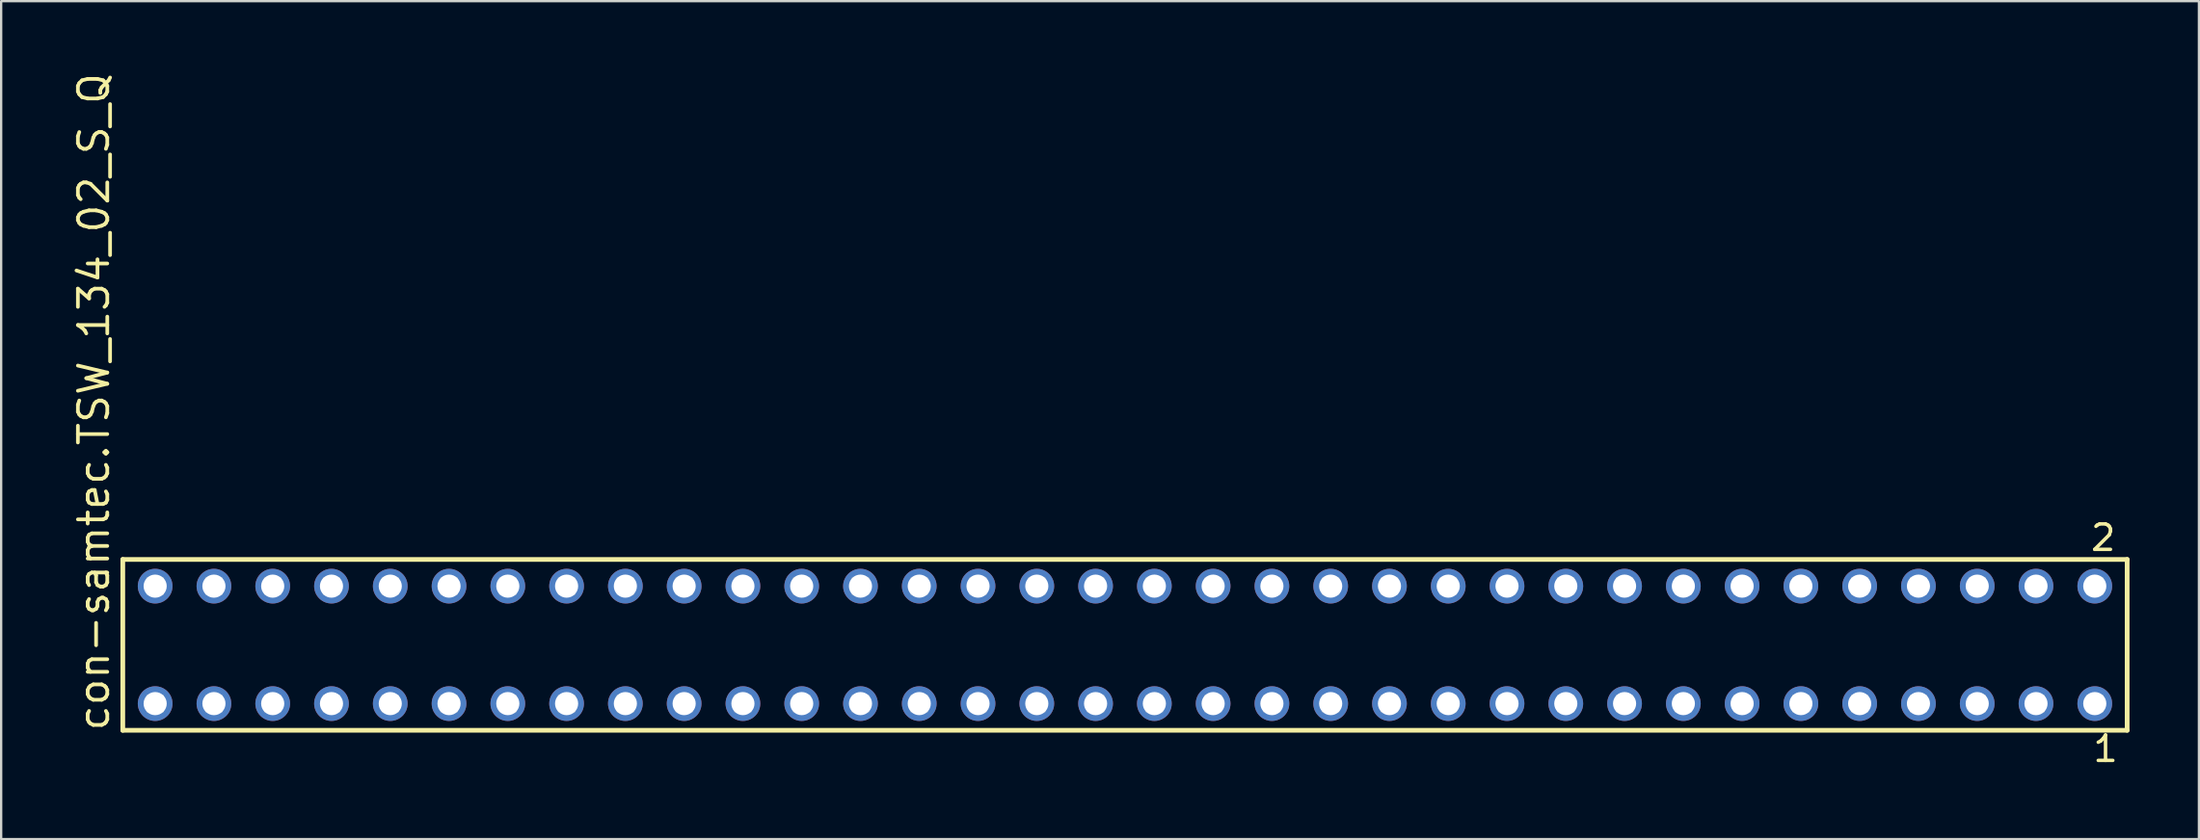
<source format=kicad_pcb>
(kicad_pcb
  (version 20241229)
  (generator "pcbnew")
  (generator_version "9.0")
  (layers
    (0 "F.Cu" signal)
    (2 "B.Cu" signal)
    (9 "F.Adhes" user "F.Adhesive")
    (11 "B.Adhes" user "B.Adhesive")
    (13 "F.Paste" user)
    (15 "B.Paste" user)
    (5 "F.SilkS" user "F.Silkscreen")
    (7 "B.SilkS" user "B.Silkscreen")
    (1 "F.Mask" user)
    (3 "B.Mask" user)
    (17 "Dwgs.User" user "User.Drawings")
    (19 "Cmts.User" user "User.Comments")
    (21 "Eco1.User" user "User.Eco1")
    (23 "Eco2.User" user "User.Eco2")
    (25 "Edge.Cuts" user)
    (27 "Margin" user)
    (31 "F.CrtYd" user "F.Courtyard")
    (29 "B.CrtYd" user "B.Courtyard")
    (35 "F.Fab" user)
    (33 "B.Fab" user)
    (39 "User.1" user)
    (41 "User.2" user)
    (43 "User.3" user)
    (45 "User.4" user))
  (footprint "con-samtec.TSW_134_02_S_Q"
    (layer "F.Cu")
    (at 45.565 24.84)
    (property "Reference" "con-samtec.TSW_134_02_S_Q" (at -43.815 3.81 90) (layer "F.SilkS") (effects (font (size 1.27 1.27) (thickness 0.16)) (justify left bottom)))
    (attr through_hole)
    (fp_line (start -43.309 -3.695) (end 43.309 -3.695) (stroke (width 0.203) (type default)) (layer "F.SilkS"))
    (fp_line (start -43.309 3.695) (end -43.309 -3.695) (stroke (width 0.203) (type default)) (layer "F.SilkS"))
    (fp_line (start 43.309 -3.695) (end 43.309 3.695) (stroke (width 0.203) (type default)) (layer "F.SilkS"))
    (fp_line (start 43.309 3.695) (end -43.309 3.695) (stroke (width 0.203) (type default)) (layer "F.SilkS"))
    (fp_rect (start -42.26 -2.19) (end -41.56 -2.89) (stroke (width 0.05) (type default)) (fill no) (layer "F.Fab"))
    (fp_rect (start -42.26 2.89) (end -41.56 2.19) (stroke (width 0.05) (type default)) (fill no) (layer "F.Fab"))
    (fp_rect (start -39.72 -2.19) (end -39.02 -2.89) (stroke (width 0.05) (type default)) (fill no) (layer "F.Fab"))
    (fp_rect (start -39.72 2.89) (end -39.02 2.19) (stroke (width 0.05) (type default)) (fill no) (layer "F.Fab"))
    (fp_rect (start -37.18 -2.19) (end -36.48 -2.89) (stroke (width 0.05) (type default)) (fill no) (layer "F.Fab"))
    (fp_rect (start -37.18 2.89) (end -36.48 2.19) (stroke (width 0.05) (type default)) (fill no) (layer "F.Fab"))
    (fp_rect (start -34.64 -2.19) (end -33.94 -2.89) (stroke (width 0.05) (type default)) (fill no) (layer "F.Fab"))
    (fp_rect (start -34.64 2.89) (end -33.94 2.19) (stroke (width 0.05) (type default)) (fill no) (layer "F.Fab"))
    (fp_rect (start -32.1 -2.19) (end -31.4 -2.89) (stroke (width 0.05) (type default)) (fill no) (layer "F.Fab"))
    (fp_rect (start -32.1 2.89) (end -31.4 2.19) (stroke (width 0.05) (type default)) (fill no) (layer "F.Fab"))
    (fp_rect (start -29.56 -2.19) (end -28.86 -2.89) (stroke (width 0.05) (type default)) (fill no) (layer "F.Fab"))
    (fp_rect (start -29.56 2.89) (end -28.86 2.19) (stroke (width 0.05) (type default)) (fill no) (layer "F.Fab"))
    (fp_rect (start -27.02 -2.19) (end -26.32 -2.89) (stroke (width 0.05) (type default)) (fill no) (layer "F.Fab"))
    (fp_rect (start -27.02 2.89) (end -26.32 2.19) (stroke (width 0.05) (type default)) (fill no) (layer "F.Fab"))
    (fp_rect (start -24.48 -2.19) (end -23.78 -2.89) (stroke (width 0.05) (type default)) (fill no) (layer "F.Fab"))
    (fp_rect (start -24.48 2.89) (end -23.78 2.19) (stroke (width 0.05) (type default)) (fill no) (layer "F.Fab"))
    (fp_rect (start -21.94 -2.19) (end -21.24 -2.89) (stroke (width 0.05) (type default)) (fill no) (layer "F.Fab"))
    (fp_rect (start -21.94 2.89) (end -21.24 2.19) (stroke (width 0.05) (type default)) (fill no) (layer "F.Fab"))
    (fp_rect (start -19.4 -2.19) (end -18.7 -2.89) (stroke (width 0.05) (type default)) (fill no) (layer "F.Fab"))
    (fp_rect (start -19.4 2.89) (end -18.7 2.19) (stroke (width 0.05) (type default)) (fill no) (layer "F.Fab"))
    (fp_rect (start -16.86 -2.19) (end -16.16 -2.89) (stroke (width 0.05) (type default)) (fill no) (layer "F.Fab"))
    (fp_rect (start -16.86 2.89) (end -16.16 2.19) (stroke (width 0.05) (type default)) (fill no) (layer "F.Fab"))
    (fp_rect (start -14.32 -2.19) (end -13.62 -2.89) (stroke (width 0.05) (type default)) (fill no) (layer "F.Fab"))
    (fp_rect (start -14.32 2.89) (end -13.62 2.19) (stroke (width 0.05) (type default)) (fill no) (layer "F.Fab"))
    (fp_rect (start -11.78 -2.19) (end -11.08 -2.89) (stroke (width 0.05) (type default)) (fill no) (layer "F.Fab"))
    (fp_rect (start -11.78 2.89) (end -11.08 2.19) (stroke (width 0.05) (type default)) (fill no) (layer "F.Fab"))
    (fp_rect (start -9.24 -2.19) (end -8.54 -2.89) (stroke (width 0.05) (type default)) (fill no) (layer "F.Fab"))
    (fp_rect (start -9.24 2.89) (end -8.54 2.19) (stroke (width 0.05) (type default)) (fill no) (layer "F.Fab"))
    (fp_rect (start -6.7 -2.19) (end -6 -2.89) (stroke (width 0.05) (type default)) (fill no) (layer "F.Fab"))
    (fp_rect (start -6.7 2.89) (end -6 2.19) (stroke (width 0.05) (type default)) (fill no) (layer "F.Fab"))
    (fp_rect (start -4.16 -2.19) (end -3.46 -2.89) (stroke (width 0.05) (type default)) (fill no) (layer "F.Fab"))
    (fp_rect (start -4.16 2.89) (end -3.46 2.19) (stroke (width 0.05) (type default)) (fill no) (layer "F.Fab"))
    (fp_rect (start -1.62 -2.19) (end -0.92 -2.89) (stroke (width 0.05) (type default)) (fill no) (layer "F.Fab"))
    (fp_rect (start -1.62 2.89) (end -0.92 2.19) (stroke (width 0.05) (type default)) (fill no) (layer "F.Fab"))
    (fp_rect (start 0.92 -2.19) (end 1.62 -2.89) (stroke (width 0.05) (type default)) (fill no) (layer "F.Fab"))
    (fp_rect (start 0.92 2.89) (end 1.62 2.19) (stroke (width 0.05) (type default)) (fill no) (layer "F.Fab"))
    (fp_rect (start 3.46 -2.19) (end 4.16 -2.89) (stroke (width 0.05) (type default)) (fill no) (layer "F.Fab"))
    (fp_rect (start 3.46 2.89) (end 4.16 2.19) (stroke (width 0.05) (type default)) (fill no) (layer "F.Fab"))
    (fp_rect (start 6 -2.19) (end 6.7 -2.89) (stroke (width 0.05) (type default)) (fill no) (layer "F.Fab"))
    (fp_rect (start 6 2.89) (end 6.7 2.19) (stroke (width 0.05) (type default)) (fill no) (layer "F.Fab"))
    (fp_rect (start 8.54 -2.19) (end 9.24 -2.89) (stroke (width 0.05) (type default)) (fill no) (layer "F.Fab"))
    (fp_rect (start 8.54 2.89) (end 9.24 2.19) (stroke (width 0.05) (type default)) (fill no) (layer "F.Fab"))
    (fp_rect (start 11.08 -2.19) (end 11.78 -2.89) (stroke (width 0.05) (type default)) (fill no) (layer "F.Fab"))
    (fp_rect (start 11.08 2.89) (end 11.78 2.19) (stroke (width 0.05) (type default)) (fill no) (layer "F.Fab"))
    (fp_rect (start 13.62 -2.19) (end 14.32 -2.89) (stroke (width 0.05) (type default)) (fill no) (layer "F.Fab"))
    (fp_rect (start 13.62 2.89) (end 14.32 2.19) (stroke (width 0.05) (type default)) (fill no) (layer "F.Fab"))
    (fp_rect (start 16.16 -2.19) (end 16.86 -2.89) (stroke (width 0.05) (type default)) (fill no) (layer "F.Fab"))
    (fp_rect (start 16.16 2.89) (end 16.86 2.19) (stroke (width 0.05) (type default)) (fill no) (layer "F.Fab"))
    (fp_rect (start 18.7 -2.19) (end 19.4 -2.89) (stroke (width 0.05) (type default)) (fill no) (layer "F.Fab"))
    (fp_rect (start 18.7 2.89) (end 19.4 2.19) (stroke (width 0.05) (type default)) (fill no) (layer "F.Fab"))
    (fp_rect (start 21.24 -2.19) (end 21.94 -2.89) (stroke (width 0.05) (type default)) (fill no) (layer "F.Fab"))
    (fp_rect (start 21.24 2.89) (end 21.94 2.19) (stroke (width 0.05) (type default)) (fill no) (layer "F.Fab"))
    (fp_rect (start 23.78 -2.19) (end 24.48 -2.89) (stroke (width 0.05) (type default)) (fill no) (layer "F.Fab"))
    (fp_rect (start 23.78 2.89) (end 24.48 2.19) (stroke (width 0.05) (type default)) (fill no) (layer "F.Fab"))
    (fp_rect (start 26.32 -2.19) (end 27.02 -2.89) (stroke (width 0.05) (type default)) (fill no) (layer "F.Fab"))
    (fp_rect (start 26.32 2.89) (end 27.02 2.19) (stroke (width 0.05) (type default)) (fill no) (layer "F.Fab"))
    (fp_rect (start 28.86 -2.19) (end 29.56 -2.89) (stroke (width 0.05) (type default)) (fill no) (layer "F.Fab"))
    (fp_rect (start 28.86 2.89) (end 29.56 2.19) (stroke (width 0.05) (type default)) (fill no) (layer "F.Fab"))
    (fp_rect (start 31.4 -2.19) (end 32.1 -2.89) (stroke (width 0.05) (type default)) (fill no) (layer "F.Fab"))
    (fp_rect (start 31.4 2.89) (end 32.1 2.19) (stroke (width 0.05) (type default)) (fill no) (layer "F.Fab"))
    (fp_rect (start 33.94 -2.19) (end 34.64 -2.89) (stroke (width 0.05) (type default)) (fill no) (layer "F.Fab"))
    (fp_rect (start 33.94 2.89) (end 34.64 2.19) (stroke (width 0.05) (type default)) (fill no) (layer "F.Fab"))
    (fp_rect (start 36.48 -2.19) (end 37.18 -2.89) (stroke (width 0.05) (type default)) (fill no) (layer "F.Fab"))
    (fp_rect (start 36.48 2.89) (end 37.18 2.19) (stroke (width 0.05) (type default)) (fill no) (layer "F.Fab"))
    (fp_rect (start 39.02 -2.19) (end 39.72 -2.89) (stroke (width 0.05) (type default)) (fill no) (layer "F.Fab"))
    (fp_rect (start 39.02 2.89) (end 39.72 2.19) (stroke (width 0.05) (type default)) (fill no) (layer "F.Fab"))
    (fp_rect (start 41.56 -2.19) (end 42.26 -2.89) (stroke (width 0.05) (type default)) (fill no) (layer "F.Fab"))
    (fp_rect (start 41.56 2.89) (end 42.26 2.19) (stroke (width 0.05) (type default)) (fill no) (layer "F.Fab"))
    (fp_text user "1" (at 41.752 5.138 0) (layer "F.SilkS") (effects (font (size 1.1 1.1) (thickness 0.15)) (justify left bottom)))
    (fp_text user "2" (at 41.652 -3.989 0) (layer "F.SilkS") (effects (font (size 1.1 1.1) (thickness 0.15)) (justify left bottom)))
    (pad "1" thru_hole circle (at 41.91 2.54 180) (size 1.5 1.5) (drill 1) (layers "*.Cu" "*.Mask"))
    (pad "2" thru_hole circle (at 41.91 -2.54 180) (size 1.5 1.5) (drill 1) (layers "*.Cu" "*.Mask"))
    (pad "3" thru_hole circle (at 39.37 2.54 180) (size 1.5 1.5) (drill 1) (layers "*.Cu" "*.Mask"))
    (pad "4" thru_hole circle (at 39.37 -2.54 180) (size 1.5 1.5) (drill 1) (layers "*.Cu" "*.Mask"))
    (pad "5" thru_hole circle (at 36.83 2.54 180) (size 1.5 1.5) (drill 1) (layers "*.Cu" "*.Mask"))
    (pad "6" thru_hole circle (at 36.83 -2.54 180) (size 1.5 1.5) (drill 1) (layers "*.Cu" "*.Mask"))
    (pad "7" thru_hole circle (at 34.29 2.54 180) (size 1.5 1.5) (drill 1) (layers "*.Cu" "*.Mask"))
    (pad "8" thru_hole circle (at 34.29 -2.54 180) (size 1.5 1.5) (drill 1) (layers "*.Cu" "*.Mask"))
    (pad "9" thru_hole circle (at 31.75 2.54 180) (size 1.5 1.5) (drill 1) (layers "*.Cu" "*.Mask"))
    (pad "10" thru_hole circle (at 31.75 -2.54 180) (size 1.5 1.5) (drill 1) (layers "*.Cu" "*.Mask"))
    (pad "11" thru_hole circle (at 29.21 2.54 180) (size 1.5 1.5) (drill 1) (layers "*.Cu" "*.Mask"))
    (pad "12" thru_hole circle (at 29.21 -2.54 180) (size 1.5 1.5) (drill 1) (layers "*.Cu" "*.Mask"))
    (pad "13" thru_hole circle (at 26.67 2.54 180) (size 1.5 1.5) (drill 1) (layers "*.Cu" "*.Mask"))
    (pad "14" thru_hole circle (at 26.67 -2.54 180) (size 1.5 1.5) (drill 1) (layers "*.Cu" "*.Mask"))
    (pad "15" thru_hole circle (at 24.13 2.54 180) (size 1.5 1.5) (drill 1) (layers "*.Cu" "*.Mask"))
    (pad "16" thru_hole circle (at 24.13 -2.54 180) (size 1.5 1.5) (drill 1) (layers "*.Cu" "*.Mask"))
    (pad "17" thru_hole circle (at 21.59 2.54 180) (size 1.5 1.5) (drill 1) (layers "*.Cu" "*.Mask"))
    (pad "18" thru_hole circle (at 21.59 -2.54 180) (size 1.5 1.5) (drill 1) (layers "*.Cu" "*.Mask"))
    (pad "19" thru_hole circle (at 19.05 2.54 180) (size 1.5 1.5) (drill 1) (layers "*.Cu" "*.Mask"))
    (pad "20" thru_hole circle (at 19.05 -2.54 180) (size 1.5 1.5) (drill 1) (layers "*.Cu" "*.Mask"))
    (pad "21" thru_hole circle (at 16.51 2.54 180) (size 1.5 1.5) (drill 1) (layers "*.Cu" "*.Mask"))
    (pad "22" thru_hole circle (at 16.51 -2.54 180) (size 1.5 1.5) (drill 1) (layers "*.Cu" "*.Mask"))
    (pad "23" thru_hole circle (at 13.97 2.54 180) (size 1.5 1.5) (drill 1) (layers "*.Cu" "*.Mask"))
    (pad "24" thru_hole circle (at 13.97 -2.54 180) (size 1.5 1.5) (drill 1) (layers "*.Cu" "*.Mask"))
    (pad "25" thru_hole circle (at 11.43 2.54 180) (size 1.5 1.5) (drill 1) (layers "*.Cu" "*.Mask"))
    (pad "26" thru_hole circle (at 11.43 -2.54 180) (size 1.5 1.5) (drill 1) (layers "*.Cu" "*.Mask"))
    (pad "27" thru_hole circle (at 8.89 2.54 180) (size 1.5 1.5) (drill 1) (layers "*.Cu" "*.Mask"))
    (pad "28" thru_hole circle (at 8.89 -2.54 180) (size 1.5 1.5) (drill 1) (layers "*.Cu" "*.Mask"))
    (pad "29" thru_hole circle (at 6.35 2.54 180) (size 1.5 1.5) (drill 1) (layers "*.Cu" "*.Mask"))
    (pad "30" thru_hole circle (at 6.35 -2.54 180) (size 1.5 1.5) (drill 1) (layers "*.Cu" "*.Mask"))
    (pad "31" thru_hole circle (at 3.81 2.54 180) (size 1.5 1.5) (drill 1) (layers "*.Cu" "*.Mask"))
    (pad "32" thru_hole circle (at 3.81 -2.54 180) (size 1.5 1.5) (drill 1) (layers "*.Cu" "*.Mask"))
    (pad "33" thru_hole circle (at 1.27 2.54 180) (size 1.5 1.5) (drill 1) (layers "*.Cu" "*.Mask"))
    (pad "34" thru_hole circle (at 1.27 -2.54 180) (size 1.5 1.5) (drill 1) (layers "*.Cu" "*.Mask"))
    (pad "35" thru_hole circle (at -1.27 2.54 180) (size 1.5 1.5) (drill 1) (layers "*.Cu" "*.Mask"))
    (pad "36" thru_hole circle (at -1.27 -2.54 180) (size 1.5 1.5) (drill 1) (layers "*.Cu" "*.Mask"))
    (pad "37" thru_hole circle (at -3.81 2.54 180) (size 1.5 1.5) (drill 1) (layers "*.Cu" "*.Mask"))
    (pad "38" thru_hole circle (at -3.81 -2.54 180) (size 1.5 1.5) (drill 1) (layers "*.Cu" "*.Mask"))
    (pad "39" thru_hole circle (at -6.35 2.54 180) (size 1.5 1.5) (drill 1) (layers "*.Cu" "*.Mask"))
    (pad "40" thru_hole circle (at -6.35 -2.54 180) (size 1.5 1.5) (drill 1) (layers "*.Cu" "*.Mask"))
    (pad "41" thru_hole circle (at -8.89 2.54 180) (size 1.5 1.5) (drill 1) (layers "*.Cu" "*.Mask"))
    (pad "42" thru_hole circle (at -8.89 -2.54 180) (size 1.5 1.5) (drill 1) (layers "*.Cu" "*.Mask"))
    (pad "43" thru_hole circle (at -11.43 2.54 180) (size 1.5 1.5) (drill 1) (layers "*.Cu" "*.Mask"))
    (pad "44" thru_hole circle (at -11.43 -2.54 180) (size 1.5 1.5) (drill 1) (layers "*.Cu" "*.Mask"))
    (pad "45" thru_hole circle (at -13.97 2.54 180) (size 1.5 1.5) (drill 1) (layers "*.Cu" "*.Mask"))
    (pad "46" thru_hole circle (at -13.97 -2.54 180) (size 1.5 1.5) (drill 1) (layers "*.Cu" "*.Mask"))
    (pad "47" thru_hole circle (at -16.51 2.54 180) (size 1.5 1.5) (drill 1) (layers "*.Cu" "*.Mask"))
    (pad "48" thru_hole circle (at -16.51 -2.54 180) (size 1.5 1.5) (drill 1) (layers "*.Cu" "*.Mask"))
    (pad "49" thru_hole circle (at -19.05 2.54 180) (size 1.5 1.5) (drill 1) (layers "*.Cu" "*.Mask"))
    (pad "50" thru_hole circle (at -19.05 -2.54 180) (size 1.5 1.5) (drill 1) (layers "*.Cu" "*.Mask"))
    (pad "51" thru_hole circle (at -21.59 2.54 180) (size 1.5 1.5) (drill 1) (layers "*.Cu" "*.Mask"))
    (pad "52" thru_hole circle (at -21.59 -2.54 180) (size 1.5 1.5) (drill 1) (layers "*.Cu" "*.Mask"))
    (pad "53" thru_hole circle (at -24.13 2.54 180) (size 1.5 1.5) (drill 1) (layers "*.Cu" "*.Mask"))
    (pad "54" thru_hole circle (at -24.13 -2.54 180) (size 1.5 1.5) (drill 1) (layers "*.Cu" "*.Mask"))
    (pad "55" thru_hole circle (at -26.67 2.54 180) (size 1.5 1.5) (drill 1) (layers "*.Cu" "*.Mask"))
    (pad "56" thru_hole circle (at -26.67 -2.54 180) (size 1.5 1.5) (drill 1) (layers "*.Cu" "*.Mask"))
    (pad "57" thru_hole circle (at -29.21 2.54 180) (size 1.5 1.5) (drill 1) (layers "*.Cu" "*.Mask"))
    (pad "58" thru_hole circle (at -29.21 -2.54 180) (size 1.5 1.5) (drill 1) (layers "*.Cu" "*.Mask"))
    (pad "59" thru_hole circle (at -31.75 2.54 180) (size 1.5 1.5) (drill 1) (layers "*.Cu" "*.Mask"))
    (pad "60" thru_hole circle (at -31.75 -2.54 180) (size 1.5 1.5) (drill 1) (layers "*.Cu" "*.Mask"))
    (pad "61" thru_hole circle (at -34.29 2.54 180) (size 1.5 1.5) (drill 1) (layers "*.Cu" "*.Mask"))
    (pad "62" thru_hole circle (at -34.29 -2.54 180) (size 1.5 1.5) (drill 1) (layers "*.Cu" "*.Mask"))
    (pad "63" thru_hole circle (at -36.83 2.54 180) (size 1.5 1.5) (drill 1) (layers "*.Cu" "*.Mask"))
    (pad "64" thru_hole circle (at -36.83 -2.54 180) (size 1.5 1.5) (drill 1) (layers "*.Cu" "*.Mask"))
    (pad "65" thru_hole circle (at -39.37 2.54 180) (size 1.5 1.5) (drill 1) (layers "*.Cu" "*.Mask"))
    (pad "66" thru_hole circle (at -39.37 -2.54 180) (size 1.5 1.5) (drill 1) (layers "*.Cu" "*.Mask"))
    (pad "67" thru_hole circle (at -41.91 2.54 180) (size 1.5 1.5) (drill 1) (layers "*.Cu" "*.Mask"))
    (pad "68" thru_hole circle (at -41.91 -2.54 180) (size 1.5 1.5) (drill 1) (layers "*.Cu" "*.Mask")))
  (gr_rect
    (start -3 -3)
    (end 91.976 33.241)
    (stroke (width 0.1) (type default))
    (fill no)
    (layer "Edge.Cuts")))
</source>
